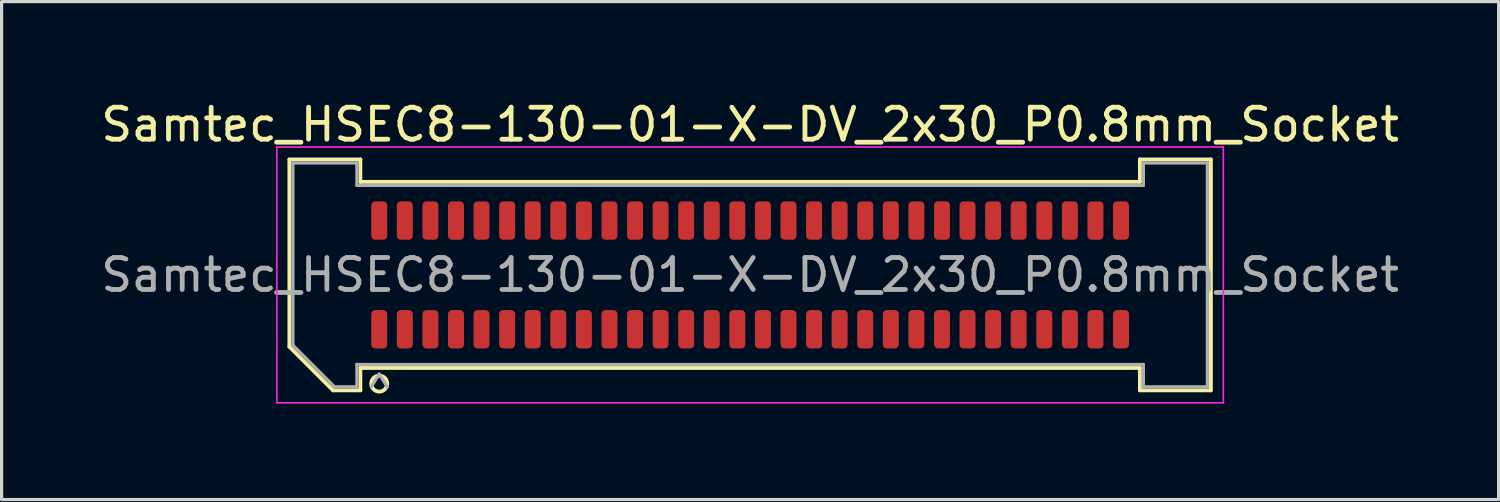
<source format=kicad_pcb>
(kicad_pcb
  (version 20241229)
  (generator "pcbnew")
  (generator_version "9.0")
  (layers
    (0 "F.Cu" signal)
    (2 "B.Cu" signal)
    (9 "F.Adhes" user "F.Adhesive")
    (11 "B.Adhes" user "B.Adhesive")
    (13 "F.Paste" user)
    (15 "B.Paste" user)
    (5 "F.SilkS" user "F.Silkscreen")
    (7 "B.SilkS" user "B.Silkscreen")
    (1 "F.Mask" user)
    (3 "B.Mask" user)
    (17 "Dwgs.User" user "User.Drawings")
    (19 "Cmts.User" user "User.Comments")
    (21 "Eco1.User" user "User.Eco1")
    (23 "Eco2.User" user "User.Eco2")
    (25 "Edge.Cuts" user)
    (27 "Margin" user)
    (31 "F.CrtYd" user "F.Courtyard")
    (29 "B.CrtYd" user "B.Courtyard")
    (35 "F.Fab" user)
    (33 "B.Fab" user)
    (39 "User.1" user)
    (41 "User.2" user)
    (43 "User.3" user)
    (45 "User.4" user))
  (footprint "Samtec_HSEC8-130-01-X-DV_2x30_P0.8mm_Socket"
    (layer "F.Cu")
    (at 20.411 5.548)
    (property "Reference" "Samtec_HSEC8-130-01-X-DV_2x30_P0.8mm_Socket" (at 0 -4.7 0) (layer "F.SilkS") (effects (font (size 1 1) (thickness 0.15))))
    (attr smd)
    (fp_line (start -14.41 -3.61) (end -12.19 -3.61) (stroke (width 0.12) (type solid)) (layer "F.SilkS"))
    (fp_line (start -14.41 2.246) (end -14.41 -3.61) (stroke (width 0.12) (type solid)) (layer "F.SilkS"))
    (fp_line (start -13.046 3.61) (end -14.41 2.246) (stroke (width 0.12) (type solid)) (layer "F.SilkS"))
    (fp_line (start -12.19 -3.61) (end -12.19 -2.91) (stroke (width 0.12) (type solid)) (layer "F.SilkS"))
    (fp_line (start -12.19 -2.91) (end 12.19 -2.91) (stroke (width 0.12) (type solid)) (layer "F.SilkS"))
    (fp_line (start -12.19 2.91) (end -12.19 3.61) (stroke (width 0.12) (type solid)) (layer "F.SilkS"))
    (fp_line (start -12.19 3.61) (end -13.046 3.61) (stroke (width 0.12) (type solid)) (layer "F.SilkS"))
    (fp_line (start 12.19 -3.61) (end 14.41 -3.61) (stroke (width 0.12) (type solid)) (layer "F.SilkS"))
    (fp_line (start 12.19 -2.91) (end 12.19 -3.61) (stroke (width 0.12) (type solid)) (layer "F.SilkS"))
    (fp_line (start 12.19 2.91) (end -12.19 2.91) (stroke (width 0.12) (type solid)) (layer "F.SilkS"))
    (fp_line (start 12.19 3.61) (end 12.19 2.91) (stroke (width 0.12) (type solid)) (layer "F.SilkS"))
    (fp_line (start 14.41 -3.61) (end 14.41 3.61) (stroke (width 0.12) (type solid)) (layer "F.SilkS"))
    (fp_line (start 14.41 3.61) (end 12.19 3.61) (stroke (width 0.12) (type solid)) (layer "F.SilkS"))
    (fp_arc (start -11.35 3.4) (mid -11.85 3.4) (end -11.35 3.4) (stroke (width 0.12) (type solid)) (layer "F.SilkS"))
    (fp_line (start -14.8 -4) (end -14.8 4) (stroke (width 0.05) (type solid)) (layer "F.CrtYd"))
    (fp_line (start -14.8 4) (end 14.8 4) (stroke (width 0.05) (type solid)) (layer "F.CrtYd"))
    (fp_line (start 14.8 -4) (end -14.8 -4) (stroke (width 0.05) (type solid)) (layer "F.CrtYd"))
    (fp_line (start 14.8 4) (end 14.8 -4) (stroke (width 0.05) (type solid)) (layer "F.CrtYd"))
    (fp_line (start -14.3 -3.5) (end -12.3 -3.5) (stroke (width 0.1) (type solid)) (layer "F.Fab"))
    (fp_line (start -14.3 2.2) (end -14.3 -3.5) (stroke (width 0.1) (type solid)) (layer "F.Fab"))
    (fp_line (start -13 3.5) (end -14.3 2.2) (stroke (width 0.1) (type solid)) (layer "F.Fab"))
    (fp_line (start -12.3 -3.5) (end -12.3 -2.8) (stroke (width 0.1) (type solid)) (layer "F.Fab"))
    (fp_line (start -12.3 -2.8) (end 12.3 -2.8) (stroke (width 0.1) (type solid)) (layer "F.Fab"))
    (fp_line (start -12.3 2.8) (end -12.3 3.5) (stroke (width 0.1) (type solid)) (layer "F.Fab"))
    (fp_line (start -12.3 3.5) (end -13 3.5) (stroke (width 0.1) (type solid)) (layer "F.Fab"))
    (fp_line (start -11.6 3.1) (end -11.85 3.5) (stroke (width 0.1) (type solid)) (layer "F.Fab"))
    (fp_line (start -11.6 3.1) (end -11.35 3.5) (stroke (width 0.1) (type solid)) (layer "F.Fab"))
    (fp_line (start 12.3 -3.5) (end 14.3 -3.5) (stroke (width 0.1) (type solid)) (layer "F.Fab"))
    (fp_line (start 12.3 -2.8) (end 12.3 -3.5) (stroke (width 0.1) (type solid)) (layer "F.Fab"))
    (fp_line (start 12.3 2.8) (end -12.3 2.8) (stroke (width 0.1) (type solid)) (layer "F.Fab"))
    (fp_line (start 12.3 3.5) (end 12.3 2.8) (stroke (width 0.1) (type solid)) (layer "F.Fab"))
    (fp_line (start 14.3 -3.5) (end 14.3 3.5) (stroke (width 0.1) (type solid)) (layer "F.Fab"))
    (fp_line (start 14.3 3.5) (end 12.3 3.5) (stroke (width 0.1) (type solid)) (layer "F.Fab"))
    (fp_text user "${REFERENCE}" (at 0 0 0) (layer "F.Fab") (effects (font (size 1 1) (thickness 0.15))))
    (pad "1" smd roundrect (at -11.6 1.7) (size 0.5 1.2) (layers "F.Cu" "F.Mask" "F.Paste") (roundrect_rratio 0.25))
    (pad "2" smd roundrect (at -11.6 -1.7) (size 0.5 1.2) (layers "F.Cu" "F.Mask" "F.Paste") (roundrect_rratio 0.25))
    (pad "3" smd roundrect (at -10.8 1.7) (size 0.5 1.2) (layers "F.Cu" "F.Mask" "F.Paste") (roundrect_rratio 0.25))
    (pad "4" smd roundrect (at -10.8 -1.7) (size 0.5 1.2) (layers "F.Cu" "F.Mask" "F.Paste") (roundrect_rratio 0.25))
    (pad "5" smd roundrect (at -10 1.7) (size 0.5 1.2) (layers "F.Cu" "F.Mask" "F.Paste") (roundrect_rratio 0.25))
    (pad "6" smd roundrect (at -10 -1.7) (size 0.5 1.2) (layers "F.Cu" "F.Mask" "F.Paste") (roundrect_rratio 0.25))
    (pad "7" smd roundrect (at -9.2 1.7) (size 0.5 1.2) (layers "F.Cu" "F.Mask" "F.Paste") (roundrect_rratio 0.25))
    (pad "8" smd roundrect (at -9.2 -1.7) (size 0.5 1.2) (layers "F.Cu" "F.Mask" "F.Paste") (roundrect_rratio 0.25))
    (pad "9" smd roundrect (at -8.4 1.7) (size 0.5 1.2) (layers "F.Cu" "F.Mask" "F.Paste") (roundrect_rratio 0.25))
    (pad "10" smd roundrect (at -8.4 -1.7) (size 0.5 1.2) (layers "F.Cu" "F.Mask" "F.Paste") (roundrect_rratio 0.25))
    (pad "11" smd roundrect (at -7.6 1.7) (size 0.5 1.2) (layers "F.Cu" "F.Mask" "F.Paste") (roundrect_rratio 0.25))
    (pad "12" smd roundrect (at -7.6 -1.7) (size 0.5 1.2) (layers "F.Cu" "F.Mask" "F.Paste") (roundrect_rratio 0.25))
    (pad "13" smd roundrect (at -6.8 1.7) (size 0.5 1.2) (layers "F.Cu" "F.Mask" "F.Paste") (roundrect_rratio 0.25))
    (pad "14" smd roundrect (at -6.8 -1.7) (size 0.5 1.2) (layers "F.Cu" "F.Mask" "F.Paste") (roundrect_rratio 0.25))
    (pad "15" smd roundrect (at -6 1.7) (size 0.5 1.2) (layers "F.Cu" "F.Mask" "F.Paste") (roundrect_rratio 0.25))
    (pad "16" smd roundrect (at -6 -1.7) (size 0.5 1.2) (layers "F.Cu" "F.Mask" "F.Paste") (roundrect_rratio 0.25))
    (pad "17" smd roundrect (at -5.2 1.7) (size 0.5 1.2) (layers "F.Cu" "F.Mask" "F.Paste") (roundrect_rratio 0.25))
    (pad "18" smd roundrect (at -5.2 -1.7) (size 0.5 1.2) (layers "F.Cu" "F.Mask" "F.Paste") (roundrect_rratio 0.25))
    (pad "19" smd roundrect (at -4.4 1.7) (size 0.5 1.2) (layers "F.Cu" "F.Mask" "F.Paste") (roundrect_rratio 0.25))
    (pad "20" smd roundrect (at -4.4 -1.7) (size 0.5 1.2) (layers "F.Cu" "F.Mask" "F.Paste") (roundrect_rratio 0.25))
    (pad "21" smd roundrect (at -3.6 1.7) (size 0.5 1.2) (layers "F.Cu" "F.Mask" "F.Paste") (roundrect_rratio 0.25))
    (pad "22" smd roundrect (at -3.6 -1.7) (size 0.5 1.2) (layers "F.Cu" "F.Mask" "F.Paste") (roundrect_rratio 0.25))
    (pad "23" smd roundrect (at -2.8 1.7) (size 0.5 1.2) (layers "F.Cu" "F.Mask" "F.Paste") (roundrect_rratio 0.25))
    (pad "24" smd roundrect (at -2.8 -1.7) (size 0.5 1.2) (layers "F.Cu" "F.Mask" "F.Paste") (roundrect_rratio 0.25))
    (pad "25" smd roundrect (at -2 1.7) (size 0.5 1.2) (layers "F.Cu" "F.Mask" "F.Paste") (roundrect_rratio 0.25))
    (pad "26" smd roundrect (at -2 -1.7) (size 0.5 1.2) (layers "F.Cu" "F.Mask" "F.Paste") (roundrect_rratio 0.25))
    (pad "27" smd roundrect (at -1.2 1.7) (size 0.5 1.2) (layers "F.Cu" "F.Mask" "F.Paste") (roundrect_rratio 0.25))
    (pad "28" smd roundrect (at -1.2 -1.7) (size 0.5 1.2) (layers "F.Cu" "F.Mask" "F.Paste") (roundrect_rratio 0.25))
    (pad "29" smd roundrect (at -0.4 1.7) (size 0.5 1.2) (layers "F.Cu" "F.Mask" "F.Paste") (roundrect_rratio 0.25))
    (pad "30" smd roundrect (at -0.4 -1.7) (size 0.5 1.2) (layers "F.Cu" "F.Mask" "F.Paste") (roundrect_rratio 0.25))
    (pad "31" smd roundrect (at 0.4 1.7) (size 0.5 1.2) (layers "F.Cu" "F.Mask" "F.Paste") (roundrect_rratio 0.25))
    (pad "32" smd roundrect (at 0.4 -1.7) (size 0.5 1.2) (layers "F.Cu" "F.Mask" "F.Paste") (roundrect_rratio 0.25))
    (pad "33" smd roundrect (at 1.2 1.7) (size 0.5 1.2) (layers "F.Cu" "F.Mask" "F.Paste") (roundrect_rratio 0.25))
    (pad "34" smd roundrect (at 1.2 -1.7) (size 0.5 1.2) (layers "F.Cu" "F.Mask" "F.Paste") (roundrect_rratio 0.25))
    (pad "35" smd roundrect (at 2 1.7) (size 0.5 1.2) (layers "F.Cu" "F.Mask" "F.Paste") (roundrect_rratio 0.25))
    (pad "36" smd roundrect (at 2 -1.7) (size 0.5 1.2) (layers "F.Cu" "F.Mask" "F.Paste") (roundrect_rratio 0.25))
    (pad "37" smd roundrect (at 2.8 1.7) (size 0.5 1.2) (layers "F.Cu" "F.Mask" "F.Paste") (roundrect_rratio 0.25))
    (pad "38" smd roundrect (at 2.8 -1.7) (size 0.5 1.2) (layers "F.Cu" "F.Mask" "F.Paste") (roundrect_rratio 0.25))
    (pad "39" smd roundrect (at 3.6 1.7) (size 0.5 1.2) (layers "F.Cu" "F.Mask" "F.Paste") (roundrect_rratio 0.25))
    (pad "40" smd roundrect (at 3.6 -1.7) (size 0.5 1.2) (layers "F.Cu" "F.Mask" "F.Paste") (roundrect_rratio 0.25))
    (pad "41" smd roundrect (at 4.4 1.7) (size 0.5 1.2) (layers "F.Cu" "F.Mask" "F.Paste") (roundrect_rratio 0.25))
    (pad "42" smd roundrect (at 4.4 -1.7) (size 0.5 1.2) (layers "F.Cu" "F.Mask" "F.Paste") (roundrect_rratio 0.25))
    (pad "43" smd roundrect (at 5.2 1.7) (size 0.5 1.2) (layers "F.Cu" "F.Mask" "F.Paste") (roundrect_rratio 0.25))
    (pad "44" smd roundrect (at 5.2 -1.7) (size 0.5 1.2) (layers "F.Cu" "F.Mask" "F.Paste") (roundrect_rratio 0.25))
    (pad "45" smd roundrect (at 6 1.7) (size 0.5 1.2) (layers "F.Cu" "F.Mask" "F.Paste") (roundrect_rratio 0.25))
    (pad "46" smd roundrect (at 6 -1.7) (size 0.5 1.2) (layers "F.Cu" "F.Mask" "F.Paste") (roundrect_rratio 0.25))
    (pad "47" smd roundrect (at 6.8 1.7) (size 0.5 1.2) (layers "F.Cu" "F.Mask" "F.Paste") (roundrect_rratio 0.25))
    (pad "48" smd roundrect (at 6.8 -1.7) (size 0.5 1.2) (layers "F.Cu" "F.Mask" "F.Paste") (roundrect_rratio 0.25))
    (pad "49" smd roundrect (at 7.6 1.7) (size 0.5 1.2) (layers "F.Cu" "F.Mask" "F.Paste") (roundrect_rratio 0.25))
    (pad "50" smd roundrect (at 7.6 -1.7) (size 0.5 1.2) (layers "F.Cu" "F.Mask" "F.Paste") (roundrect_rratio 0.25))
    (pad "51" smd roundrect (at 8.4 1.7) (size 0.5 1.2) (layers "F.Cu" "F.Mask" "F.Paste") (roundrect_rratio 0.25))
    (pad "52" smd roundrect (at 8.4 -1.7) (size 0.5 1.2) (layers "F.Cu" "F.Mask" "F.Paste") (roundrect_rratio 0.25))
    (pad "53" smd roundrect (at 9.2 1.7) (size 0.5 1.2) (layers "F.Cu" "F.Mask" "F.Paste") (roundrect_rratio 0.25))
    (pad "54" smd roundrect (at 9.2 -1.7) (size 0.5 1.2) (layers "F.Cu" "F.Mask" "F.Paste") (roundrect_rratio 0.25))
    (pad "55" smd roundrect (at 10 1.7) (size 0.5 1.2) (layers "F.Cu" "F.Mask" "F.Paste") (roundrect_rratio 0.25))
    (pad "56" smd roundrect (at 10 -1.7) (size 0.5 1.2) (layers "F.Cu" "F.Mask" "F.Paste") (roundrect_rratio 0.25))
    (pad "57" smd roundrect (at 10.8 1.7) (size 0.5 1.2) (layers "F.Cu" "F.Mask" "F.Paste") (roundrect_rratio 0.25))
    (pad "58" smd roundrect (at 10.8 -1.7) (size 0.5 1.2) (layers "F.Cu" "F.Mask" "F.Paste") (roundrect_rratio 0.25))
    (pad "59" smd roundrect (at 11.6 1.7) (size 0.5 1.2) (layers "F.Cu" "F.Mask" "F.Paste") (roundrect_rratio 0.25))
    (pad "60" smd roundrect (at 11.6 -1.7) (size 0.5 1.2) (layers "F.Cu" "F.Mask" "F.Paste") (roundrect_rratio 0.25)))
  (gr_rect
    (start -3 -3)
    (end 43.821 12.573)
    (stroke (width 0.1) (type default))
    (fill no)
    (layer "Edge.Cuts")))
</source>
